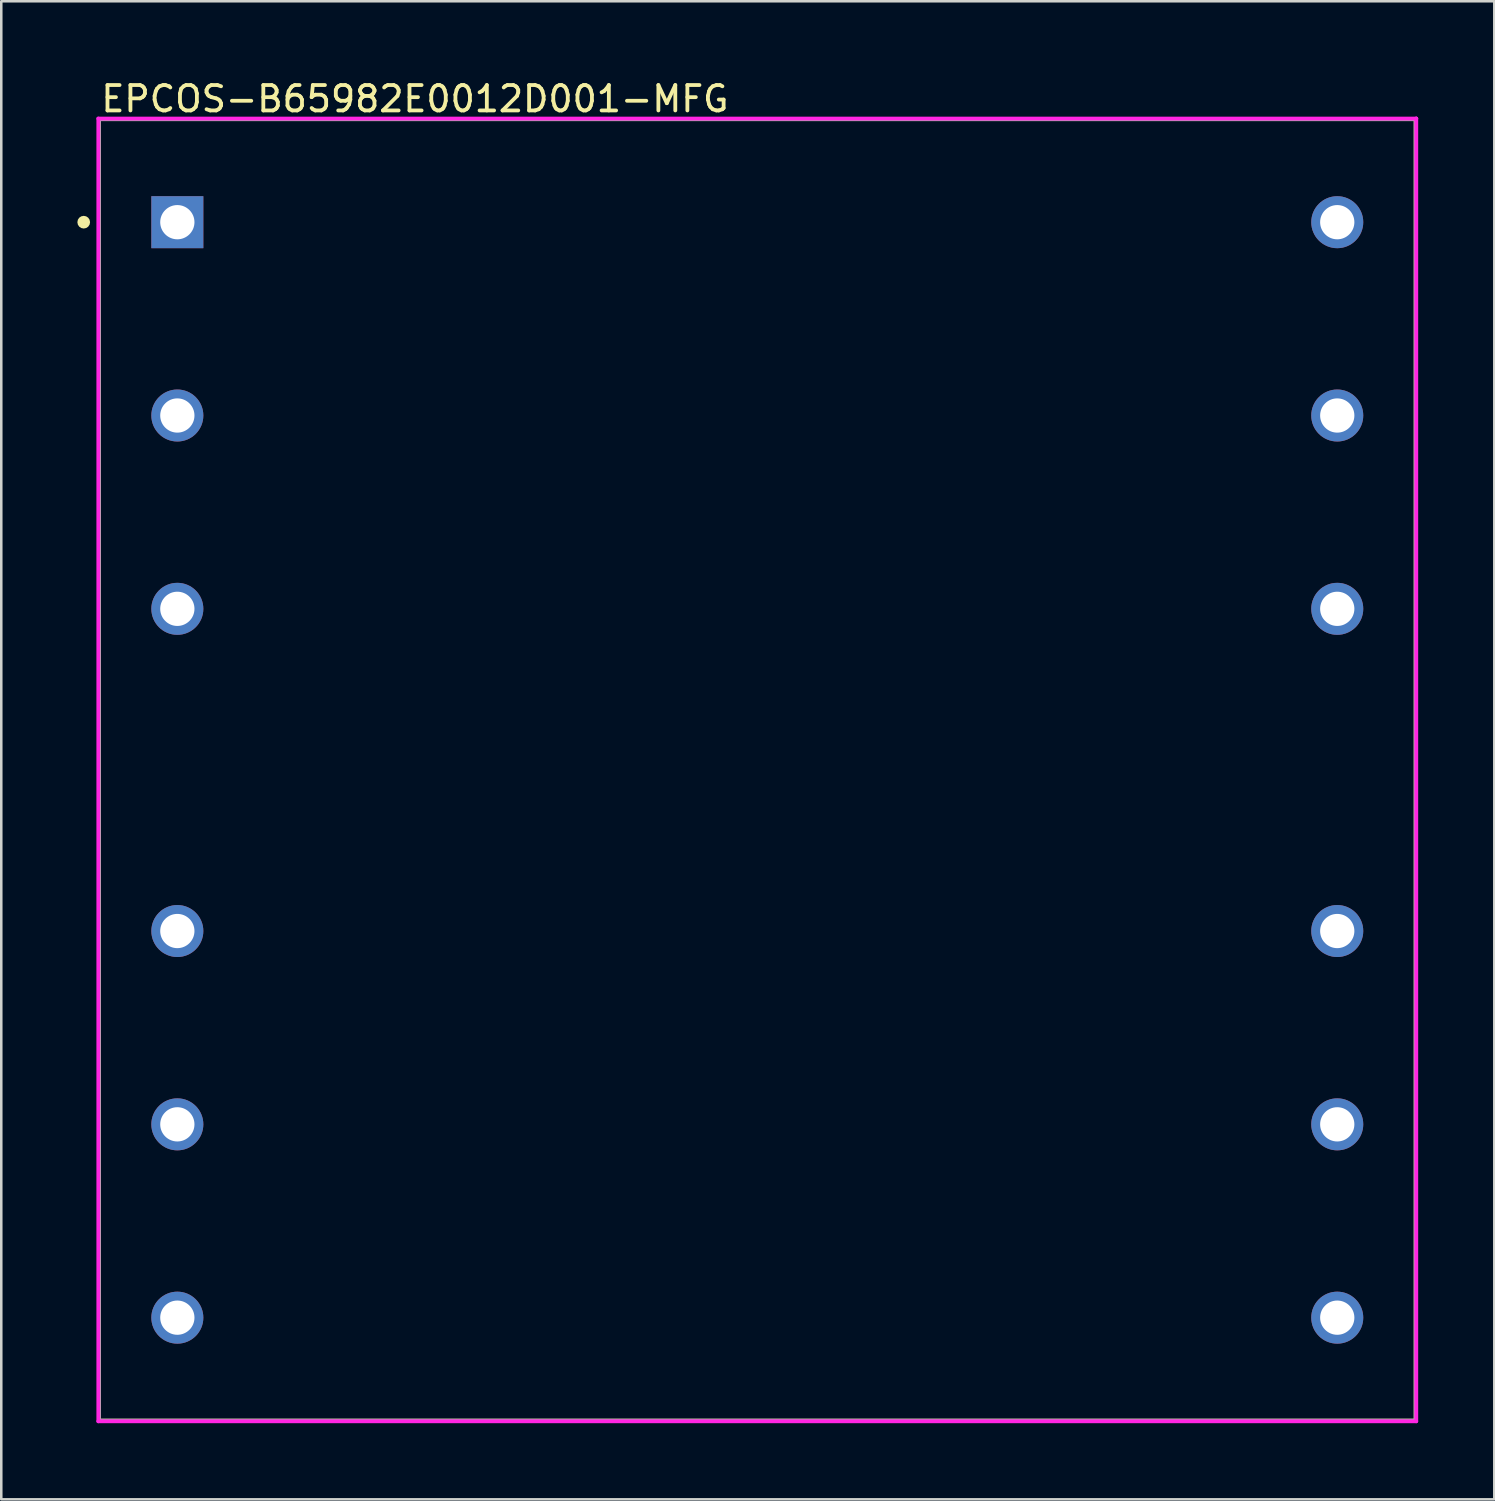
<source format=kicad_pcb>
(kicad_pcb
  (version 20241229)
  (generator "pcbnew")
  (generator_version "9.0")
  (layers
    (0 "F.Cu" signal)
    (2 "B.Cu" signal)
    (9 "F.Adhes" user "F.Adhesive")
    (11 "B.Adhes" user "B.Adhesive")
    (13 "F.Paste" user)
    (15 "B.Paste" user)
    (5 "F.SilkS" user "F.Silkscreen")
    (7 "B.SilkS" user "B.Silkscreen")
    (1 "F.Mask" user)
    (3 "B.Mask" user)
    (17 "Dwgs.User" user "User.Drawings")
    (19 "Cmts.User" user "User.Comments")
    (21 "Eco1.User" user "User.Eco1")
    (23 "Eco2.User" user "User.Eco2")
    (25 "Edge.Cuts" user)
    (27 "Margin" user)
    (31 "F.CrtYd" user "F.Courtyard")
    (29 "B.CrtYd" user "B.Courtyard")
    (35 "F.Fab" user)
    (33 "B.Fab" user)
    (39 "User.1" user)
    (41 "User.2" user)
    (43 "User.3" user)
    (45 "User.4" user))
  (footprint "EPCOS-B65982E0012D001-MFG"
    (layer "F.Cu")
    (at 26.8 27.298)
    (property "Reference" "EPCOS-B65982E0012D001-MFG" (at -25.95 -26.45 0) (layer "F.SilkS") (effects (font (size 1 1) (thickness 0.15)) (justify left)))
    (attr through_hole)
    (fp_line (start -25.95 -25.65) (end 25.95 -25.65) (stroke (width 0.15) (type solid)) (layer "F.SilkS"))
    (fp_line (start -25.95 25.65) (end -25.95 -25.65) (stroke (width 0.15) (type solid)) (layer "F.SilkS"))
    (fp_line (start -25.95 25.65) (end 25.95 25.65) (stroke (width 0.15) (type solid)) (layer "F.SilkS"))
    (fp_line (start 25.95 25.65) (end 25.95 -25.65) (stroke (width 0.15) (type solid)) (layer "F.SilkS"))
    (fp_circle (center -26.55 -21.59) (end -26.425 -21.59) (stroke (width 0.25) (type solid)) (fill no) (layer "F.SilkS"))
    (fp_line (start -25.975 -25.675) (end -25.975 25.675) (stroke (width 0.15) (type solid)) (layer "F.CrtYd"))
    (fp_line (start -25.975 25.675) (end 25.975 25.675) (stroke (width 0.15) (type solid)) (layer "F.CrtYd"))
    (fp_line (start 25.975 -25.675) (end -25.975 -25.675) (stroke (width 0.15) (type solid)) (layer "F.CrtYd"))
    (fp_line (start 25.975 -25.675) (end 25.975 -25.675) (stroke (width 0.15) (type solid)) (layer "F.CrtYd"))
    (fp_line (start 25.975 25.675) (end 25.975 -25.675) (stroke (width 0.15) (type solid)) (layer "F.CrtYd"))
    (fp_line (start -25.95 -25.65) (end 25.95 -25.65) (stroke (width 0.15) (type solid)) (layer "F.Fab"))
    (fp_line (start -25.95 25.65) (end -25.95 -25.65) (stroke (width 0.15) (type solid)) (layer "F.Fab"))
    (fp_line (start 25.95 -25.65) (end 25.95 25.65) (stroke (width 0.15) (type solid)) (layer "F.Fab"))
    (fp_line (start 25.95 25.65) (end -25.95 25.65) (stroke (width 0.15) (type solid)) (layer "F.Fab"))
    (pad "1" thru_hole rect (at -22.86 -21.59) (size 2.05 2.05) (drill 1.35) (layers "*.Cu"))
    (pad "2" thru_hole circle (at -22.86 -13.97) (size 2.05 2.05) (drill 1.35) (layers "*.Cu"))
    (pad "3" thru_hole circle (at -22.86 -6.35) (size 2.05 2.05) (drill 1.35) (layers "*.Cu"))
    (pad "4" thru_hole circle (at -22.86 6.35) (size 2.05 2.05) (drill 1.35) (layers "*.Cu"))
    (pad "5" thru_hole circle (at -22.86 13.97) (size 2.05 2.05) (drill 1.35) (layers "*.Cu"))
    (pad "6" thru_hole circle (at -22.86 21.59) (size 2.05 2.05) (drill 1.35) (layers "*.Cu"))
    (pad "7" thru_hole circle (at 22.86 21.59) (size 2.05 2.05) (drill 1.35) (layers "*.Cu"))
    (pad "8" thru_hole circle (at 22.86 13.97) (size 2.05 2.05) (drill 1.35) (layers "*.Cu"))
    (pad "9" thru_hole circle (at 22.86 6.35) (size 2.05 2.05) (drill 1.35) (layers "*.Cu"))
    (pad "10" thru_hole circle (at 22.86 -6.35) (size 2.05 2.05) (drill 1.35) (layers "*.Cu"))
    (pad "11" thru_hole circle (at 22.86 -13.97) (size 2.05 2.05) (drill 1.35) (layers "*.Cu"))
    (pad "12" thru_hole circle (at 22.86 -21.59) (size 2.05 2.05) (drill 1.35) (layers "*.Cu")))
  (gr_rect
    (start -3 -3)
    (end 55.85 56.048)
    (stroke (width 0.1) (type default))
    (fill no)
    (layer "Edge.Cuts")))
</source>
